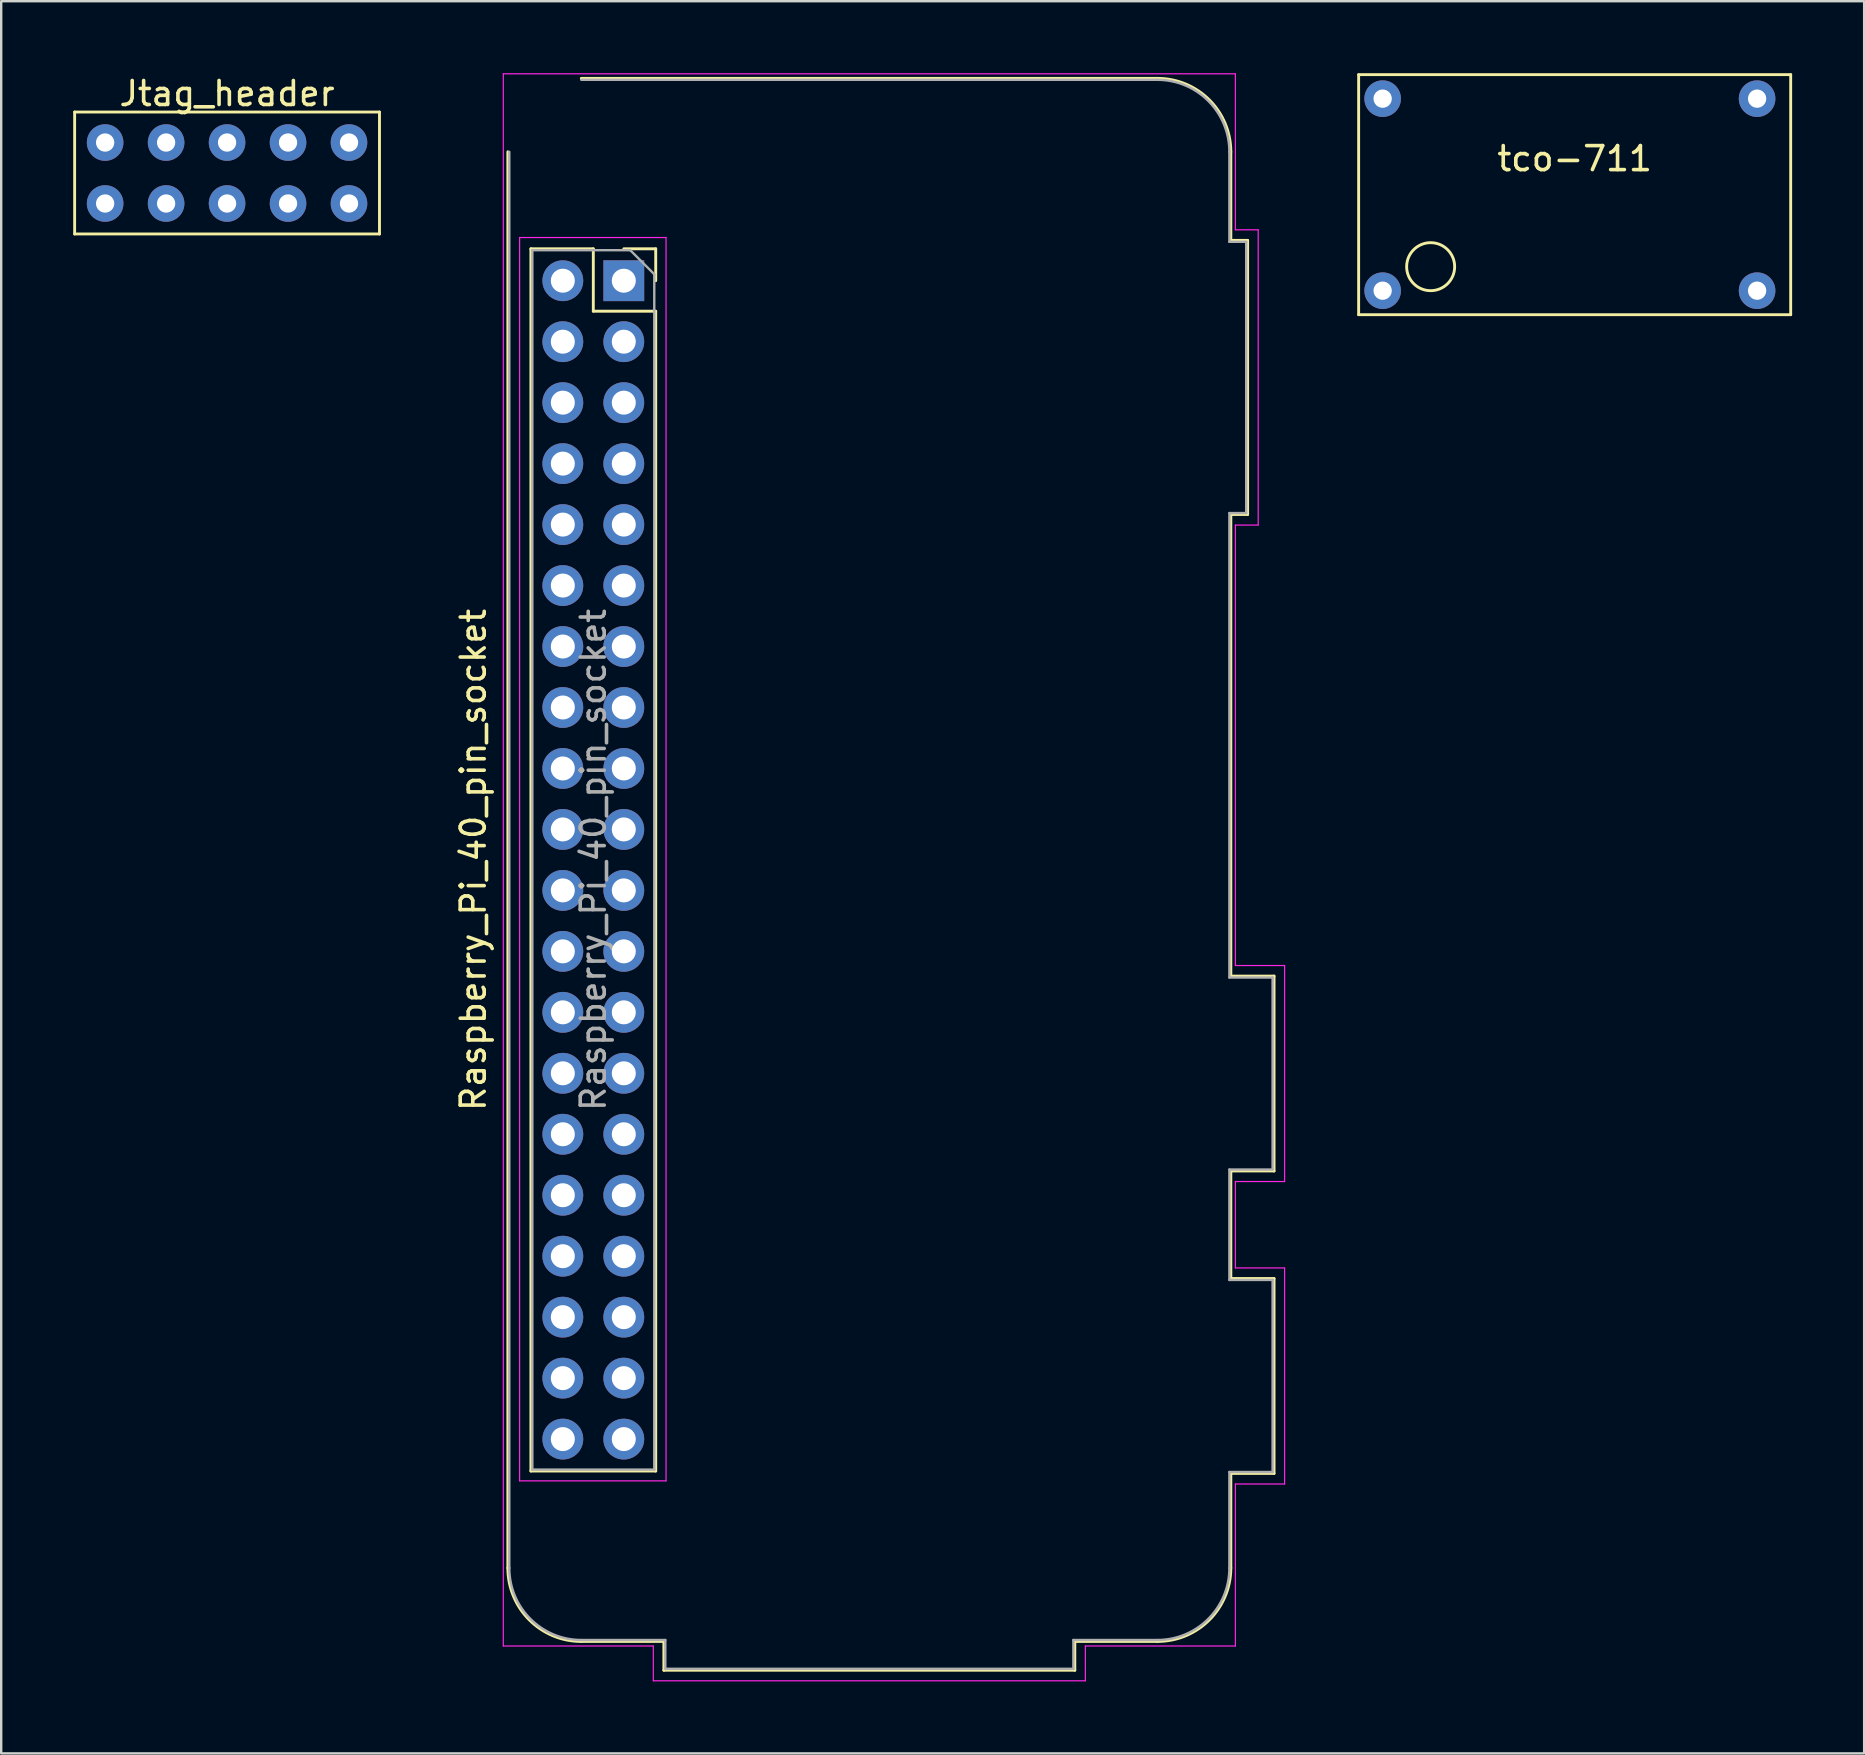
<source format=kicad_pcb>
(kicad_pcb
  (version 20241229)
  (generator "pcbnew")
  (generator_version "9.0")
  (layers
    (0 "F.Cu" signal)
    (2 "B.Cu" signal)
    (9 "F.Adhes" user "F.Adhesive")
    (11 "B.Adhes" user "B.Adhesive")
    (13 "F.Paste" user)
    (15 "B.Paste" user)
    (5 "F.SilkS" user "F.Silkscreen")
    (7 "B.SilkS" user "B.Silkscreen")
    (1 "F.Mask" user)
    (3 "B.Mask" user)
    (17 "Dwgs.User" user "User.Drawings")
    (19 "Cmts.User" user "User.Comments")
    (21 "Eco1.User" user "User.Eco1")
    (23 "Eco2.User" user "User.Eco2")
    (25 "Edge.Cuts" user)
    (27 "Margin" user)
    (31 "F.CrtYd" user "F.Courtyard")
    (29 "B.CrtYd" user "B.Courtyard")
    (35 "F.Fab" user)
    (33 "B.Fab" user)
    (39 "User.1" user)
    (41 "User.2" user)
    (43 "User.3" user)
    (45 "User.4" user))
  (footprint "tco-711"
    (layer "F.Cu")
    (at 54.553 9.06)
    (property "Reference" "tco-711" (at 8 -5.5 0) (layer "F.SilkS") (effects (font (size 1 1) (thickness 0.15))))
    (attr through_hole)
    (fp_line (start -1 -9) (end 17 -9) (stroke (width 0.12) (type solid)) (layer "F.SilkS"))
    (fp_line (start -1 1) (end -1 -9) (stroke (width 0.12) (type solid)) (layer "F.SilkS"))
    (fp_line (start 17 -9) (end 17 1) (stroke (width 0.12) (type solid)) (layer "F.SilkS"))
    (fp_line (start 17 1) (end -1 1) (stroke (width 0.12) (type solid)) (layer "F.SilkS"))
    (fp_circle (center 2 -1) (end 3 -1) (stroke (width 0.12) (type solid)) (fill no) (layer "F.SilkS"))
    (pad "1" thru_hole circle (at 0 0) (size 1.524 1.524) (drill 0.762) (layers "*.Cu" "*.Mask"))
    (pad "2" thru_hole circle (at 15.6 0) (size 1.524 1.524) (drill 0.762) (layers "*.Cu" "*.Mask"))
    (pad "3" thru_hole circle (at 15.6 -8) (size 1.524 1.524) (drill 0.762) (layers "*.Cu" "*.Mask"))
    (pad "4" thru_hole circle (at 0 -8) (size 1.524 1.524) (drill 0.762) (layers "*.Cu" "*.Mask")))
  (footprint "Jtag_header"
    (layer "F.Cu")
    (at 6.41 0.348)
    (property "Reference" "Jtag_header" (at 0 0.5 0) (layer "F.SilkS") (effects (font (size 1 1) (thickness 0.15))))
    (attr through_hole)
    (fp_line (start -6.35 1.27) (end 6.35 1.27) (stroke (width 0.12) (type solid)) (layer "F.SilkS"))
    (fp_line (start -6.35 6.35) (end -6.35 1.27) (stroke (width 0.12) (type solid)) (layer "F.SilkS"))
    (fp_line (start 6.35 1.27) (end 6.35 6.35) (stroke (width 0.12) (type solid)) (layer "F.SilkS"))
    (fp_line (start 6.35 6.35) (end -6.35 6.35) (stroke (width 0.12) (type solid)) (layer "F.SilkS"))
    (pad "1" thru_hole circle (at -5.08 5.08) (size 1.524 1.524) (drill 0.762) (layers "*.Cu" "*.Mask"))
    (pad "2" thru_hole circle (at -5.08 2.54) (size 1.524 1.524) (drill 0.762) (layers "*.Cu" "*.Mask"))
    (pad "2" thru_hole circle (at 5.08 2.54) (size 1.524 1.524) (drill 0.762) (layers "*.Cu" "*.Mask"))
    (pad "3" thru_hole circle (at -2.54 5.08) (size 1.524 1.524) (drill 0.762) (layers "*.Cu" "*.Mask"))
    (pad "4" thru_hole circle (at -2.54 2.54) (size 1.524 1.524) (drill 0.762) (layers "*.Cu" "*.Mask"))
    (pad "5" thru_hole circle (at 0 5.08) (size 1.524 1.524) (drill 0.762) (layers "*.Cu" "*.Mask"))
    (pad "6" thru_hole circle (at 0 2.54) (size 1.524 1.524) (drill 0.762) (layers "*.Cu" "*.Mask"))
    (pad "7" thru_hole circle (at 2.54 5.08) (size 1.524 1.524) (drill 0.762) (layers "*.Cu" "*.Mask"))
    (pad "8" thru_hole circle (at 2.54 2.54) (size 1.524 1.524) (drill 0.762) (layers "*.Cu" "*.Mask"))
    (pad "9" thru_hole circle (at 5.08 5.08) (size 1.524 1.524) (drill 0.762) (layers "*.Cu" "*.Mask")))
  (footprint "Raspberry_Pi_40_pin_socket"
    (layer "F.Cu")
    (at 22.938 8.645)
    (property "Reference" "Raspberry_Pi_40_pin_socket" (at -6.27 24.13 90) (layer "F.SilkS") (effects (font (size 1 1) (thickness 0.15))))
    (attr through_hole)
    (fp_line (start -4.83 53.63) (end -4.83 -5.37) (stroke (width 0.12) (type solid)) (layer "F.SilkS"))
    (fp_line (start -3.87 -1.33) (end -3.87 49.59) (stroke (width 0.12) (type solid)) (layer "F.SilkS"))
    (fp_line (start -3.87 -1.33) (end -1.27 -1.33) (stroke (width 0.12) (type solid)) (layer "F.SilkS"))
    (fp_line (start -3.87 49.59) (end 1.33 49.59) (stroke (width 0.12) (type solid)) (layer "F.SilkS"))
    (fp_line (start -1.77 -8.43) (end 22.23 -8.43) (stroke (width 0.12) (type solid)) (layer "F.SilkS"))
    (fp_line (start -1.27 -1.33) (end -1.27 1.27) (stroke (width 0.12) (type solid)) (layer "F.SilkS"))
    (fp_line (start -1.27 1.27) (end 1.33 1.27) (stroke (width 0.12) (type solid)) (layer "F.SilkS"))
    (fp_line (start 0 -1.33) (end 1.33 -1.33) (stroke (width 0.12) (type solid)) (layer "F.SilkS"))
    (fp_line (start 1.33 -1.33) (end 1.33 0) (stroke (width 0.12) (type solid)) (layer "F.SilkS"))
    (fp_line (start 1.33 1.27) (end 1.33 49.59) (stroke (width 0.12) (type solid)) (layer "F.SilkS"))
    (fp_line (start 1.67 56.69) (end -1.77 56.69) (stroke (width 0.12) (type solid)) (layer "F.SilkS"))
    (fp_line (start 1.67 56.69) (end 1.67 57.89) (stroke (width 0.12) (type solid)) (layer "F.SilkS"))
    (fp_line (start 1.67 57.89) (end 18.79 57.89) (stroke (width 0.12) (type solid)) (layer "F.SilkS"))
    (fp_line (start 18.79 56.69) (end 22.23 56.69) (stroke (width 0.12) (type solid)) (layer "F.SilkS"))
    (fp_line (start 18.79 57.89) (end 18.79 56.69) (stroke (width 0.12) (type solid)) (layer "F.SilkS"))
    (fp_line (start 25.29 -1.68) (end 25.29 -5.37) (stroke (width 0.12) (type solid)) (layer "F.SilkS"))
    (fp_line (start 25.29 9.74) (end 25.99 9.74) (stroke (width 0.12) (type solid)) (layer "F.SilkS"))
    (fp_line (start 25.29 28.97) (end 25.29 9.74) (stroke (width 0.12) (type solid)) (layer "F.SilkS"))
    (fp_line (start 25.29 37.09) (end 27.09 37.09) (stroke (width 0.12) (type solid)) (layer "F.SilkS"))
    (fp_line (start 25.29 41.57) (end 25.29 37.09) (stroke (width 0.12) (type solid)) (layer "F.SilkS"))
    (fp_line (start 25.29 49.69) (end 27.09 49.69) (stroke (width 0.12) (type solid)) (layer "F.SilkS"))
    (fp_line (start 25.29 53.63) (end 25.29 49.69) (stroke (width 0.12) (type solid)) (layer "F.SilkS"))
    (fp_line (start 25.99 -1.68) (end 25.29 -1.68) (stroke (width 0.12) (type solid)) (layer "F.SilkS"))
    (fp_line (start 25.99 9.74) (end 25.99 -1.68) (stroke (width 0.12) (type solid)) (layer "F.SilkS"))
    (fp_line (start 27.09 28.97) (end 25.29 28.97) (stroke (width 0.12) (type solid)) (layer "F.SilkS"))
    (fp_line (start 27.09 37.09) (end 27.09 28.97) (stroke (width 0.12) (type solid)) (layer "F.SilkS"))
    (fp_line (start 27.09 41.57) (end 25.29 41.57) (stroke (width 0.12) (type solid)) (layer "F.SilkS"))
    (fp_line (start 27.09 49.69) (end 27.09 41.57) (stroke (width 0.12) (type solid)) (layer "F.SilkS"))
    (fp_arc (start -1.77 56.69) (mid -3.933747 55.793747) (end -4.83 53.63) (stroke (width 0.12) (type solid)) (layer "F.SilkS"))
    (fp_arc (start 22.23 -8.43) (mid 24.393747 -7.533747) (end 25.29 -5.37) (stroke (width 0.12) (type solid)) (layer "F.SilkS"))
    (fp_arc (start 25.29 53.63) (mid 24.393747 55.793747) (end 22.23 56.69) (stroke (width 0.12) (type solid)) (layer "F.SilkS"))
    (fp_line (start -5.02 -8.62) (end 25.48 -8.62) (stroke (width 0.05) (type solid)) (layer "F.CrtYd"))
    (fp_line (start -5.02 56.88) (end -5.02 -8.62) (stroke (width 0.05) (type solid)) (layer "F.CrtYd"))
    (fp_line (start -5.02 56.88) (end 1.23 56.88) (stroke (width 0.05) (type solid)) (layer "F.CrtYd"))
    (fp_line (start -4.34 -1.8) (end 1.76 -1.8) (stroke (width 0.05) (type solid)) (layer "F.CrtYd"))
    (fp_line (start -4.34 50) (end -4.34 -1.8) (stroke (width 0.05) (type solid)) (layer "F.CrtYd"))
    (fp_line (start 1.23 58.33) (end 1.23 56.88) (stroke (width 0.05) (type solid)) (layer "F.CrtYd"))
    (fp_line (start 1.76 -1.8) (end 1.76 50) (stroke (width 0.05) (type solid)) (layer "F.CrtYd"))
    (fp_line (start 1.76 50) (end -4.34 50) (stroke (width 0.05) (type solid)) (layer "F.CrtYd"))
    (fp_line (start 19.23 56.88) (end 25.48 56.88) (stroke (width 0.05) (type solid)) (layer "F.CrtYd"))
    (fp_line (start 19.23 58.33) (end 1.23 58.33) (stroke (width 0.05) (type solid)) (layer "F.CrtYd"))
    (fp_line (start 19.23 58.33) (end 19.23 56.88) (stroke (width 0.05) (type solid)) (layer "F.CrtYd"))
    (fp_line (start 25.48 -2.12) (end 25.48 -8.62) (stroke (width 0.05) (type solid)) (layer "F.CrtYd"))
    (fp_line (start 25.48 28.53) (end 25.48 10.18) (stroke (width 0.05) (type solid)) (layer "F.CrtYd"))
    (fp_line (start 25.48 37.53) (end 25.48 41.13) (stroke (width 0.05) (type solid)) (layer "F.CrtYd"))
    (fp_line (start 25.48 50.13) (end 25.48 56.88) (stroke (width 0.05) (type solid)) (layer "F.CrtYd"))
    (fp_line (start 26.43 -2.12) (end 25.48 -2.12) (stroke (width 0.05) (type solid)) (layer "F.CrtYd"))
    (fp_line (start 26.43 -2.12) (end 26.43 10.18) (stroke (width 0.05) (type solid)) (layer "F.CrtYd"))
    (fp_line (start 26.43 10.18) (end 25.48 10.18) (stroke (width 0.05) (type solid)) (layer "F.CrtYd"))
    (fp_line (start 27.53 28.53) (end 25.48 28.53) (stroke (width 0.05) (type solid)) (layer "F.CrtYd"))
    (fp_line (start 27.53 37.53) (end 25.48 37.53) (stroke (width 0.05) (type solid)) (layer "F.CrtYd"))
    (fp_line (start 27.53 37.53) (end 27.53 28.53) (stroke (width 0.05) (type solid)) (layer "F.CrtYd"))
    (fp_line (start 27.53 41.13) (end 25.48 41.13) (stroke (width 0.05) (type solid)) (layer "F.CrtYd"))
    (fp_line (start 27.53 50.13) (end 25.48 50.13) (stroke (width 0.05) (type solid)) (layer "F.CrtYd"))
    (fp_line (start 27.53 50.13) (end 27.53 41.13) (stroke (width 0.05) (type solid)) (layer "F.CrtYd"))
    (fp_line (start -4.77 53.63) (end -4.77 -5.37) (stroke (width 0.1) (type solid)) (layer "F.Fab"))
    (fp_line (start -3.81 -1.27) (end 0.27 -1.27) (stroke (width 0.1) (type solid)) (layer "F.Fab"))
    (fp_line (start -3.81 49.53) (end -3.81 -1.27) (stroke (width 0.1) (type solid)) (layer "F.Fab"))
    (fp_line (start -1.77 -8.37) (end 22.23 -8.37) (stroke (width 0.1) (type solid)) (layer "F.Fab"))
    (fp_line (start -1.77 56.63) (end 1.73 56.63) (stroke (width 0.1) (type solid)) (layer "F.Fab"))
    (fp_line (start 0.27 -1.27) (end 1.27 -0.27) (stroke (width 0.1) (type solid)) (layer "F.Fab"))
    (fp_line (start 1.27 -0.27) (end 1.27 49.53) (stroke (width 0.1) (type solid)) (layer "F.Fab"))
    (fp_line (start 1.27 49.53) (end -3.81 49.53) (stroke (width 0.1) (type solid)) (layer "F.Fab"))
    (fp_line (start 1.73 56.63) (end 1.73 57.83) (stroke (width 0.1) (type solid)) (layer "F.Fab"))
    (fp_line (start 1.73 57.83) (end 18.73 57.83) (stroke (width 0.1) (type solid)) (layer "F.Fab"))
    (fp_line (start 18.73 56.63) (end 18.73 57.83) (stroke (width 0.1) (type solid)) (layer "F.Fab"))
    (fp_line (start 22.23 56.63) (end 18.73 56.63) (stroke (width 0.1) (type solid)) (layer "F.Fab"))
    (fp_line (start 25.23 -1.62) (end 25.23 -5.37) (stroke (width 0.1) (type solid)) (layer "F.Fab"))
    (fp_line (start 25.23 -1.62) (end 25.93 -1.62) (stroke (width 0.1) (type solid)) (layer "F.Fab"))
    (fp_line (start 25.23 9.68) (end 25.93 9.68) (stroke (width 0.1) (type solid)) (layer "F.Fab"))
    (fp_line (start 25.23 29.03) (end 25.23 9.68) (stroke (width 0.1) (type solid)) (layer "F.Fab"))
    (fp_line (start 25.23 37.03) (end 27.03 37.03) (stroke (width 0.1) (type solid)) (layer "F.Fab"))
    (fp_line (start 25.23 41.63) (end 25.23 37.03) (stroke (width 0.1) (type solid)) (layer "F.Fab"))
    (fp_line (start 25.23 49.63) (end 25.23 53.63) (stroke (width 0.1) (type solid)) (layer "F.Fab"))
    (fp_line (start 25.23 49.63) (end 27.03 49.63) (stroke (width 0.1) (type solid)) (layer "F.Fab"))
    (fp_line (start 25.93 9.68) (end 25.93 -1.62) (stroke (width 0.1) (type solid)) (layer "F.Fab"))
    (fp_line (start 27.03 29.03) (end 25.23 29.03) (stroke (width 0.1) (type solid)) (layer "F.Fab"))
    (fp_line (start 27.03 37.03) (end 27.03 29.03) (stroke (width 0.1) (type solid)) (layer "F.Fab"))
    (fp_line (start 27.03 41.63) (end 25.23 41.63) (stroke (width 0.1) (type solid)) (layer "F.Fab"))
    (fp_line (start 27.03 49.63) (end 27.03 41.63) (stroke (width 0.1) (type solid)) (layer "F.Fab"))
    (fp_arc (start -1.77 56.63) (mid -3.89132 55.75132) (end -4.77 53.63) (stroke (width 0.1) (type solid)) (layer "F.Fab"))
    (fp_arc (start 22.23 -8.37) (mid 24.35132 -7.49132) (end 25.23 -5.37) (stroke (width 0.1) (type solid)) (layer "F.Fab"))
    (fp_arc (start 25.23 53.63) (mid 24.35132 55.75132) (end 22.23 56.63) (stroke (width 0.1) (type solid)) (layer "F.Fab"))
    (fp_text user "${REFERENCE}" (at -1.27 24.13 90) (layer "F.Fab") (effects (font (size 1 1) (thickness 0.15))))
    (pad "1" thru_hole rect (at 0 0) (size 1.7 1.7) (drill 1) (layers "*.Cu" "*.Mask"))
    (pad "2" thru_hole oval (at -2.54 0) (size 1.7 1.7) (drill 1) (layers "*.Cu" "*.Mask"))
    (pad "3" thru_hole oval (at 0 2.54) (size 1.7 1.7) (drill 1) (layers "*.Cu" "*.Mask"))
    (pad "4" thru_hole oval (at -2.54 2.54) (size 1.7 1.7) (drill 1) (layers "*.Cu" "*.Mask"))
    (pad "5" thru_hole oval (at 0 5.08) (size 1.7 1.7) (drill 1) (layers "*.Cu" "*.Mask"))
    (pad "6" thru_hole oval (at -2.54 5.08) (size 1.7 1.7) (drill 1) (layers "*.Cu" "*.Mask"))
    (pad "7" thru_hole oval (at 0 7.62) (size 1.7 1.7) (drill 1) (layers "*.Cu" "*.Mask"))
    (pad "8" thru_hole oval (at -2.54 7.62) (size 1.7 1.7) (drill 1) (layers "*.Cu" "*.Mask"))
    (pad "9" thru_hole oval (at 0 10.16) (size 1.7 1.7) (drill 1) (layers "*.Cu" "*.Mask"))
    (pad "10" thru_hole oval (at -2.54 10.16) (size 1.7 1.7) (drill 1) (layers "*.Cu" "*.Mask"))
    (pad "11" thru_hole oval (at 0 12.7) (size 1.7 1.7) (drill 1) (layers "*.Cu" "*.Mask"))
    (pad "12" thru_hole oval (at -2.54 12.7) (size 1.7 1.7) (drill 1) (layers "*.Cu" "*.Mask"))
    (pad "13" thru_hole oval (at 0 15.24) (size 1.7 1.7) (drill 1) (layers "*.Cu" "*.Mask"))
    (pad "14" thru_hole oval (at -2.54 15.24) (size 1.7 1.7) (drill 1) (layers "*.Cu" "*.Mask"))
    (pad "15" thru_hole oval (at 0 17.78) (size 1.7 1.7) (drill 1) (layers "*.Cu" "*.Mask"))
    (pad "16" thru_hole oval (at -2.54 17.78) (size 1.7 1.7) (drill 1) (layers "*.Cu" "*.Mask"))
    (pad "17" thru_hole oval (at 0 20.32) (size 1.7 1.7) (drill 1) (layers "*.Cu" "*.Mask"))
    (pad "18" thru_hole oval (at -2.54 20.32) (size 1.7 1.7) (drill 1) (layers "*.Cu" "*.Mask"))
    (pad "19" thru_hole oval (at 0 22.86) (size 1.7 1.7) (drill 1) (layers "*.Cu" "*.Mask"))
    (pad "20" thru_hole oval (at -2.54 22.86) (size 1.7 1.7) (drill 1) (layers "*.Cu" "*.Mask"))
    (pad "21" thru_hole oval (at 0 25.4) (size 1.7 1.7) (drill 1) (layers "*.Cu" "*.Mask"))
    (pad "22" thru_hole oval (at -2.54 25.4) (size 1.7 1.7) (drill 1) (layers "*.Cu" "*.Mask"))
    (pad "23" thru_hole oval (at 0 27.94) (size 1.7 1.7) (drill 1) (layers "*.Cu" "*.Mask"))
    (pad "24" thru_hole oval (at -2.54 27.94) (size 1.7 1.7) (drill 1) (layers "*.Cu" "*.Mask"))
    (pad "25" thru_hole oval (at 0 30.48) (size 1.7 1.7) (drill 1) (layers "*.Cu" "*.Mask"))
    (pad "26" thru_hole oval (at -2.54 30.48) (size 1.7 1.7) (drill 1) (layers "*.Cu" "*.Mask"))
    (pad "27" thru_hole oval (at 0 33.02) (size 1.7 1.7) (drill 1) (layers "*.Cu" "*.Mask"))
    (pad "28" thru_hole oval (at -2.54 33.02) (size 1.7 1.7) (drill 1) (layers "*.Cu" "*.Mask"))
    (pad "29" thru_hole oval (at 0 35.56) (size 1.7 1.7) (drill 1) (layers "*.Cu" "*.Mask"))
    (pad "30" thru_hole oval (at -2.54 35.56) (size 1.7 1.7) (drill 1) (layers "*.Cu" "*.Mask"))
    (pad "31" thru_hole oval (at 0 38.1) (size 1.7 1.7) (drill 1) (layers "*.Cu" "*.Mask"))
    (pad "32" thru_hole oval (at -2.54 38.1) (size 1.7 1.7) (drill 1) (layers "*.Cu" "*.Mask"))
    (pad "33" thru_hole oval (at 0 40.64) (size 1.7 1.7) (drill 1) (layers "*.Cu" "*.Mask"))
    (pad "34" thru_hole oval (at -2.54 40.64) (size 1.7 1.7) (drill 1) (layers "*.Cu" "*.Mask"))
    (pad "35" thru_hole oval (at 0 43.18) (size 1.7 1.7) (drill 1) (layers "*.Cu" "*.Mask"))
    (pad "36" thru_hole oval (at -2.54 43.18) (size 1.7 1.7) (drill 1) (layers "*.Cu" "*.Mask"))
    (pad "37" thru_hole oval (at 0 45.72) (size 1.7 1.7) (drill 1) (layers "*.Cu" "*.Mask"))
    (pad "38" thru_hole oval (at -2.54 45.72) (size 1.7 1.7) (drill 1) (layers "*.Cu" "*.Mask"))
    (pad "39" thru_hole oval (at 0 48.26) (size 1.7 1.7) (drill 1) (layers "*.Cu" "*.Mask"))
    (pad "40" thru_hole oval (at -2.54 48.26) (size 1.7 1.7) (drill 1) (layers "*.Cu" "*.Mask")))
  (gr_rect
    (start -3 -3)
    (end 74.613 70)
    (stroke (width 0.1) (type default))
    (fill no)
    (layer "Edge.Cuts")))
</source>
